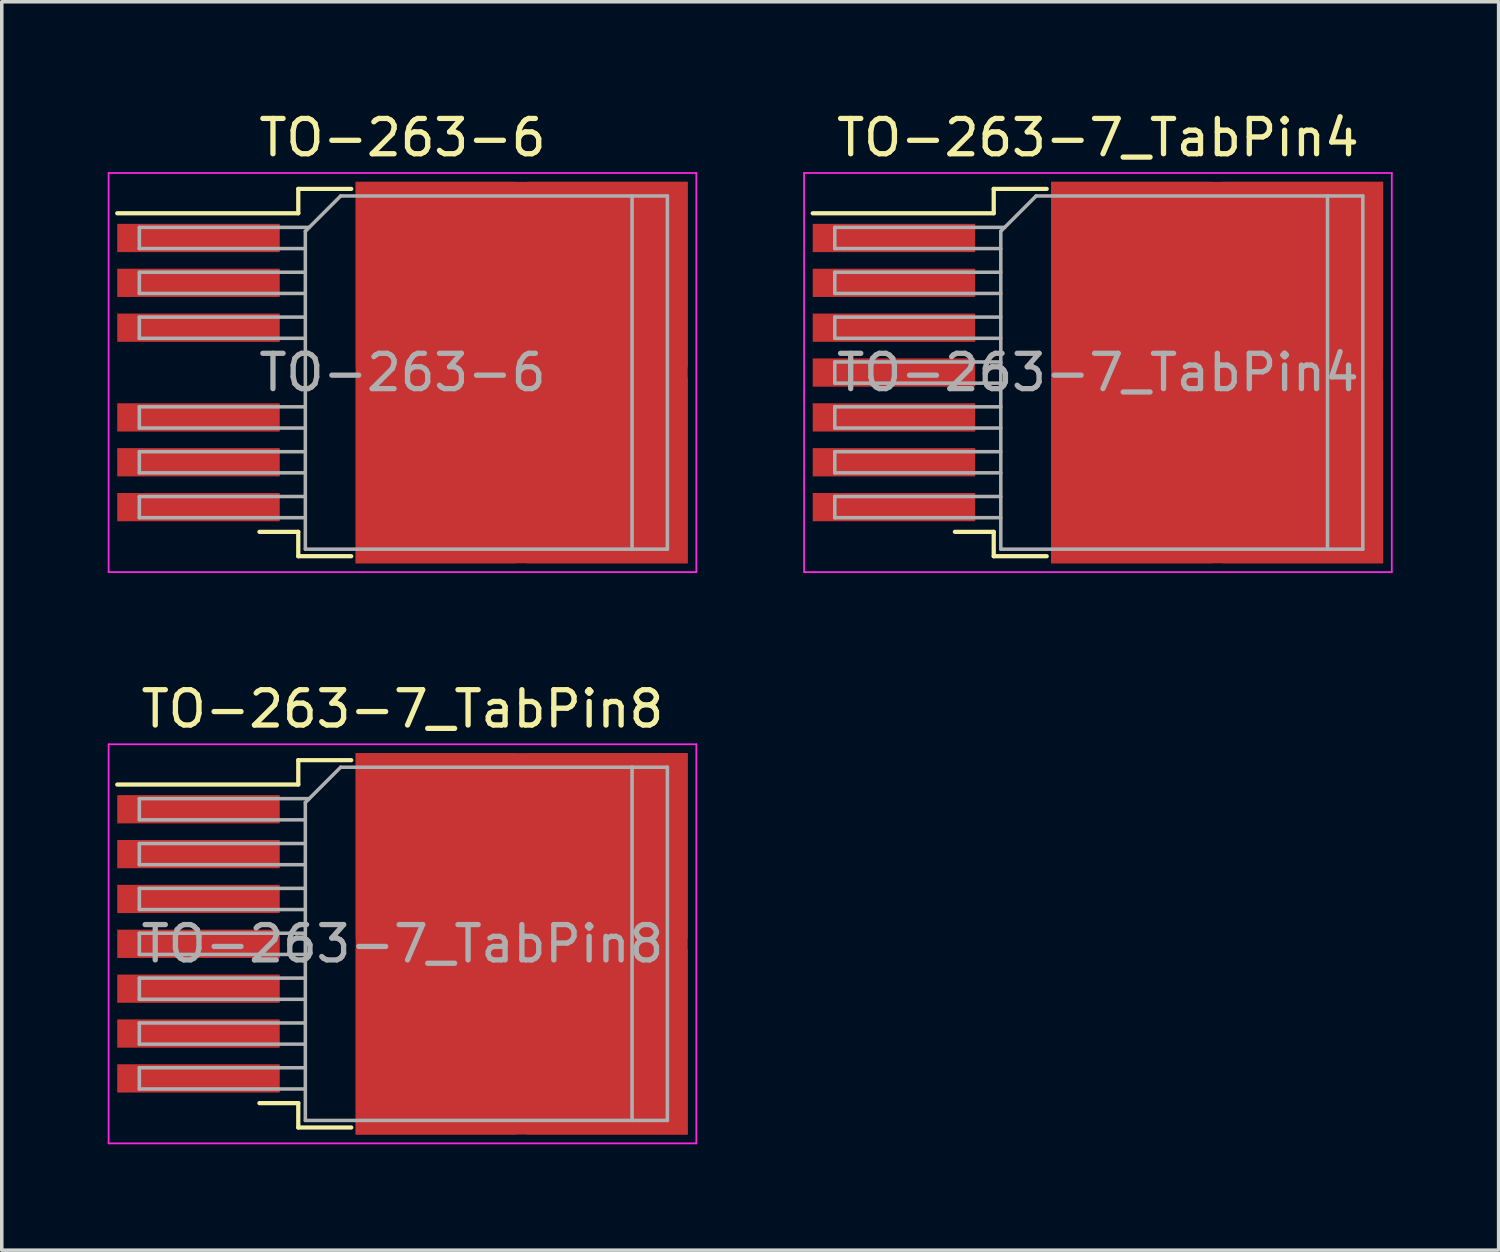
<source format=kicad_pcb>
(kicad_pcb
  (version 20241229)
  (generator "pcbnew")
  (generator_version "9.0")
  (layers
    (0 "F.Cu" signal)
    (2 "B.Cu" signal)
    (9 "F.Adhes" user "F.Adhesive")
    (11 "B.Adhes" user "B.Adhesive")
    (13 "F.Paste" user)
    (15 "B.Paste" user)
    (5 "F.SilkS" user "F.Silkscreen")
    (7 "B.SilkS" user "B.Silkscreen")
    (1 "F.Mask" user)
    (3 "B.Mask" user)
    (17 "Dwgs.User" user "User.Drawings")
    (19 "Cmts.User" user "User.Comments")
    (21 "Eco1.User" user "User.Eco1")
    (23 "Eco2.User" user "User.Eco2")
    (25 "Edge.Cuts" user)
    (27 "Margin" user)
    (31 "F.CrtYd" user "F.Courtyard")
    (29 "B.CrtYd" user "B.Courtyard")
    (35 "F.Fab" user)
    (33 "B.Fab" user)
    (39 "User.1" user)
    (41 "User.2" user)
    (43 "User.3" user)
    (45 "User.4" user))
  (footprint "TO-263-7_TabPin8"
    (layer "F.Cu")
    (at 8.345 23.672)
    (property "Reference" "TO-263-7_TabPin8" (at 0 -6.65 0) (layer "F.SilkS") (effects (font (size 1 1) (thickness 0.15))))
    (attr smd)
    (fp_line (start -2.95 -5.2) (end -2.95 -4.51) (stroke (width 0.12) (type solid)) (layer "F.SilkS"))
    (fp_line (start -2.95 -4.51) (end -8.075 -4.51) (stroke (width 0.12) (type solid)) (layer "F.SilkS"))
    (fp_line (start -2.95 4.51) (end -4.05 4.51) (stroke (width 0.12) (type solid)) (layer "F.SilkS"))
    (fp_line (start -2.95 5.2) (end -2.95 4.51) (stroke (width 0.12) (type solid)) (layer "F.SilkS"))
    (fp_line (start -1.45 -5.2) (end -2.95 -5.2) (stroke (width 0.12) (type solid)) (layer "F.SilkS"))
    (fp_line (start -1.45 5.2) (end -2.95 5.2) (stroke (width 0.12) (type solid)) (layer "F.SilkS"))
    (fp_line (start -8.32 -5.65) (end -8.32 5.65) (stroke (width 0.05) (type solid)) (layer "F.CrtYd"))
    (fp_line (start -8.32 5.65) (end 8.32 5.65) (stroke (width 0.05) (type solid)) (layer "F.CrtYd"))
    (fp_line (start 8.32 -5.65) (end -8.32 -5.65) (stroke (width 0.05) (type solid)) (layer "F.CrtYd"))
    (fp_line (start 8.32 5.65) (end 8.32 -5.65) (stroke (width 0.05) (type solid)) (layer "F.CrtYd"))
    (fp_line (start -7.45 -4.11) (end -7.45 -3.51) (stroke (width 0.1) (type solid)) (layer "F.Fab"))
    (fp_line (start -7.45 -3.51) (end -2.75 -3.51) (stroke (width 0.1) (type solid)) (layer "F.Fab"))
    (fp_line (start -7.45 -2.84) (end -7.45 -2.24) (stroke (width 0.1) (type solid)) (layer "F.Fab"))
    (fp_line (start -7.45 -2.24) (end -2.75 -2.24) (stroke (width 0.1) (type solid)) (layer "F.Fab"))
    (fp_line (start -7.45 -1.57) (end -7.45 -0.97) (stroke (width 0.1) (type solid)) (layer "F.Fab"))
    (fp_line (start -7.45 -0.97) (end -2.75 -0.97) (stroke (width 0.1) (type solid)) (layer "F.Fab"))
    (fp_line (start -7.45 -0.3) (end -7.45 0.3) (stroke (width 0.1) (type solid)) (layer "F.Fab"))
    (fp_line (start -7.45 0.3) (end -2.75 0.3) (stroke (width 0.1) (type solid)) (layer "F.Fab"))
    (fp_line (start -7.45 0.97) (end -7.45 1.57) (stroke (width 0.1) (type solid)) (layer "F.Fab"))
    (fp_line (start -7.45 1.57) (end -2.75 1.57) (stroke (width 0.1) (type solid)) (layer "F.Fab"))
    (fp_line (start -7.45 2.24) (end -7.45 2.84) (stroke (width 0.1) (type solid)) (layer "F.Fab"))
    (fp_line (start -7.45 2.84) (end -2.75 2.84) (stroke (width 0.1) (type solid)) (layer "F.Fab"))
    (fp_line (start -7.45 3.51) (end -7.45 4.11) (stroke (width 0.1) (type solid)) (layer "F.Fab"))
    (fp_line (start -7.45 4.11) (end -2.75 4.11) (stroke (width 0.1) (type solid)) (layer "F.Fab"))
    (fp_line (start -2.75 -4) (end -1.75 -5) (stroke (width 0.1) (type solid)) (layer "F.Fab"))
    (fp_line (start -2.75 -2.84) (end -7.45 -2.84) (stroke (width 0.1) (type solid)) (layer "F.Fab"))
    (fp_line (start -2.75 -1.57) (end -7.45 -1.57) (stroke (width 0.1) (type solid)) (layer "F.Fab"))
    (fp_line (start -2.75 -0.3) (end -7.45 -0.3) (stroke (width 0.1) (type solid)) (layer "F.Fab"))
    (fp_line (start -2.75 0.97) (end -7.45 0.97) (stroke (width 0.1) (type solid)) (layer "F.Fab"))
    (fp_line (start -2.75 2.24) (end -7.45 2.24) (stroke (width 0.1) (type solid)) (layer "F.Fab"))
    (fp_line (start -2.75 3.51) (end -7.45 3.51) (stroke (width 0.1) (type solid)) (layer "F.Fab"))
    (fp_line (start -2.75 5) (end -2.75 -4) (stroke (width 0.1) (type solid)) (layer "F.Fab"))
    (fp_line (start -2.64 -4.11) (end -7.45 -4.11) (stroke (width 0.1) (type solid)) (layer "F.Fab"))
    (fp_line (start -1.75 -5) (end 6.5 -5) (stroke (width 0.1) (type solid)) (layer "F.Fab"))
    (fp_line (start 6.5 -5) (end 6.5 5) (stroke (width 0.1) (type solid)) (layer "F.Fab"))
    (fp_line (start 6.5 -5) (end 7.5 -5) (stroke (width 0.1) (type solid)) (layer "F.Fab"))
    (fp_line (start 6.5 5) (end -2.75 5) (stroke (width 0.1) (type solid)) (layer "F.Fab"))
    (fp_line (start 7.5 -5) (end 7.5 5) (stroke (width 0.1) (type solid)) (layer "F.Fab"))
    (fp_line (start 7.5 5) (end 6.5 5) (stroke (width 0.1) (type solid)) (layer "F.Fab"))
    (fp_text user "${REFERENCE}" (at 0 0 0) (layer "F.Fab") (effects (font (size 1 1) (thickness 0.15))))
    (pad "1" smd rect (at -5.775 -3.81) (size 4.6 0.8) (layers "F.Cu" "F.Mask" "F.Paste"))
    (pad "2" smd rect (at -5.775 -2.54) (size 4.6 0.8) (layers "F.Cu" "F.Mask" "F.Paste"))
    (pad "3" smd rect (at -5.775 -1.27) (size 4.6 0.8) (layers "F.Cu" "F.Mask" "F.Paste"))
    (pad "4" smd rect (at -5.775 0) (size 4.6 0.8) (layers "F.Cu" "F.Mask" "F.Paste"))
    (pad "5" smd rect (at -5.775 1.27) (size 4.6 0.8) (layers "F.Cu" "F.Mask" "F.Paste"))
    (pad "6" smd rect (at -5.775 2.54) (size 4.6 0.8) (layers "F.Cu" "F.Mask" "F.Paste"))
    (pad "7" smd rect (at -5.775 3.81) (size 4.6 0.8) (layers "F.Cu" "F.Mask" "F.Paste"))
    (pad "8" smd rect (at 0.95 -2.775) (size 4.55 5.25) (layers "F.Cu" "F.Paste"))
    (pad "8" smd rect (at 0.95 2.775) (size 4.55 5.25) (layers "F.Cu" "F.Paste"))
    (pad "8" smd rect (at 3.375 0) (size 9.4 10.8) (layers "F.Cu" "F.Mask"))
    (pad "8" smd rect (at 5.8 -2.775) (size 4.55 5.25) (layers "F.Cu" "F.Paste"))
    (pad "8" smd rect (at 5.8 2.775) (size 4.55 5.25) (layers "F.Cu" "F.Paste")))
  (footprint "TO-263-6"
    (layer "F.Cu")
    (at 8.345 7.498)
    (property "Reference" "TO-263-6" (at 0 -6.65 0) (layer "F.SilkS") (effects (font (size 1 1) (thickness 0.15))))
    (attr smd)
    (fp_line (start -2.95 -5.2) (end -2.95 -4.51) (stroke (width 0.12) (type solid)) (layer "F.SilkS"))
    (fp_line (start -2.95 -4.51) (end -8.075 -4.51) (stroke (width 0.12) (type solid)) (layer "F.SilkS"))
    (fp_line (start -2.95 4.51) (end -4.05 4.51) (stroke (width 0.12) (type solid)) (layer "F.SilkS"))
    (fp_line (start -2.95 5.2) (end -2.95 4.51) (stroke (width 0.12) (type solid)) (layer "F.SilkS"))
    (fp_line (start -1.45 -5.2) (end -2.95 -5.2) (stroke (width 0.12) (type solid)) (layer "F.SilkS"))
    (fp_line (start -1.45 5.2) (end -2.95 5.2) (stroke (width 0.12) (type solid)) (layer "F.SilkS"))
    (fp_line (start -8.32 -5.65) (end -8.32 5.65) (stroke (width 0.05) (type solid)) (layer "F.CrtYd"))
    (fp_line (start -8.32 5.65) (end 8.32 5.65) (stroke (width 0.05) (type solid)) (layer "F.CrtYd"))
    (fp_line (start 8.32 -5.65) (end -8.32 -5.65) (stroke (width 0.05) (type solid)) (layer "F.CrtYd"))
    (fp_line (start 8.32 5.65) (end 8.32 -5.65) (stroke (width 0.05) (type solid)) (layer "F.CrtYd"))
    (fp_line (start -7.45 -4.11) (end -7.45 -3.51) (stroke (width 0.1) (type solid)) (layer "F.Fab"))
    (fp_line (start -7.45 -3.51) (end -2.75 -3.51) (stroke (width 0.1) (type solid)) (layer "F.Fab"))
    (fp_line (start -7.45 -2.84) (end -7.45 -2.24) (stroke (width 0.1) (type solid)) (layer "F.Fab"))
    (fp_line (start -7.45 -2.24) (end -2.75 -2.24) (stroke (width 0.1) (type solid)) (layer "F.Fab"))
    (fp_line (start -7.45 -1.57) (end -7.45 -0.97) (stroke (width 0.1) (type solid)) (layer "F.Fab"))
    (fp_line (start -7.45 -0.97) (end -2.75 -0.97) (stroke (width 0.1) (type solid)) (layer "F.Fab"))
    (fp_line (start -7.45 0.97) (end -7.45 1.57) (stroke (width 0.1) (type solid)) (layer "F.Fab"))
    (fp_line (start -7.45 1.57) (end -2.75 1.57) (stroke (width 0.1) (type solid)) (layer "F.Fab"))
    (fp_line (start -7.45 2.24) (end -7.45 2.84) (stroke (width 0.1) (type solid)) (layer "F.Fab"))
    (fp_line (start -7.45 2.84) (end -2.75 2.84) (stroke (width 0.1) (type solid)) (layer "F.Fab"))
    (fp_line (start -7.45 3.51) (end -7.45 4.11) (stroke (width 0.1) (type solid)) (layer "F.Fab"))
    (fp_line (start -7.45 4.11) (end -2.75 4.11) (stroke (width 0.1) (type solid)) (layer "F.Fab"))
    (fp_line (start -2.75 -4) (end -1.75 -5) (stroke (width 0.1) (type solid)) (layer "F.Fab"))
    (fp_line (start -2.75 -2.84) (end -7.45 -2.84) (stroke (width 0.1) (type solid)) (layer "F.Fab"))
    (fp_line (start -2.75 -1.57) (end -7.45 -1.57) (stroke (width 0.1) (type solid)) (layer "F.Fab"))
    (fp_line (start -2.75 0.97) (end -7.45 0.97) (stroke (width 0.1) (type solid)) (layer "F.Fab"))
    (fp_line (start -2.75 2.24) (end -7.45 2.24) (stroke (width 0.1) (type solid)) (layer "F.Fab"))
    (fp_line (start -2.75 3.51) (end -7.45 3.51) (stroke (width 0.1) (type solid)) (layer "F.Fab"))
    (fp_line (start -2.75 5) (end -2.75 -4) (stroke (width 0.1) (type solid)) (layer "F.Fab"))
    (fp_line (start -2.64 -4.11) (end -7.45 -4.11) (stroke (width 0.1) (type solid)) (layer "F.Fab"))
    (fp_line (start -1.75 -5) (end 6.5 -5) (stroke (width 0.1) (type solid)) (layer "F.Fab"))
    (fp_line (start 6.5 -5) (end 6.5 5) (stroke (width 0.1) (type solid)) (layer "F.Fab"))
    (fp_line (start 6.5 -5) (end 7.5 -5) (stroke (width 0.1) (type solid)) (layer "F.Fab"))
    (fp_line (start 6.5 5) (end -2.75 5) (stroke (width 0.1) (type solid)) (layer "F.Fab"))
    (fp_line (start 7.5 -5) (end 7.5 5) (stroke (width 0.1) (type solid)) (layer "F.Fab"))
    (fp_line (start 7.5 5) (end 6.5 5) (stroke (width 0.1) (type solid)) (layer "F.Fab"))
    (fp_text user "${REFERENCE}" (at 0 0 0) (layer "F.Fab") (effects (font (size 1 1) (thickness 0.15))))
    (pad "1" smd rect (at -5.775 -3.81) (size 4.6 0.8) (layers "F.Cu" "F.Mask" "F.Paste"))
    (pad "2" smd rect (at -5.775 -2.54) (size 4.6 0.8) (layers "F.Cu" "F.Mask" "F.Paste"))
    (pad "3" smd rect (at -5.775 -1.27) (size 4.6 0.8) (layers "F.Cu" "F.Mask" "F.Paste"))
    (pad "4" smd rect (at 0.95 -2.775) (size 4.55 5.25) (layers "F.Cu" "F.Paste"))
    (pad "4" smd rect (at 0.95 2.775) (size 4.55 5.25) (layers "F.Cu" "F.Paste"))
    (pad "4" smd rect (at 3.375 0) (size 9.4 10.8) (layers "F.Cu" "F.Mask"))
    (pad "4" smd rect (at 5.8 -2.775) (size 4.55 5.25) (layers "F.Cu" "F.Paste"))
    (pad "4" smd rect (at 5.8 2.775) (size 4.55 5.25) (layers "F.Cu" "F.Paste"))
    (pad "5" smd rect (at -5.775 1.27) (size 4.6 0.8) (layers "F.Cu" "F.Mask" "F.Paste"))
    (pad "6" smd rect (at -5.775 2.54) (size 4.6 0.8) (layers "F.Cu" "F.Mask" "F.Paste"))
    (pad "7" smd rect (at -5.775 3.81) (size 4.6 0.8) (layers "F.Cu" "F.Mask" "F.Paste")))
  (footprint "TO-263-7_TabPin4"
    (layer "F.Cu")
    (at 28.035 7.498)
    (property "Reference" "TO-263-7_TabPin4" (at 0 -6.65 0) (layer "F.SilkS") (effects (font (size 1 1) (thickness 0.15))))
    (attr smd)
    (fp_line (start -2.95 -5.2) (end -2.95 -4.51) (stroke (width 0.12) (type solid)) (layer "F.SilkS"))
    (fp_line (start -2.95 -4.51) (end -8.075 -4.51) (stroke (width 0.12) (type solid)) (layer "F.SilkS"))
    (fp_line (start -2.95 4.51) (end -4.05 4.51) (stroke (width 0.12) (type solid)) (layer "F.SilkS"))
    (fp_line (start -2.95 5.2) (end -2.95 4.51) (stroke (width 0.12) (type solid)) (layer "F.SilkS"))
    (fp_line (start -1.45 -5.2) (end -2.95 -5.2) (stroke (width 0.12) (type solid)) (layer "F.SilkS"))
    (fp_line (start -1.45 5.2) (end -2.95 5.2) (stroke (width 0.12) (type solid)) (layer "F.SilkS"))
    (fp_line (start -8.32 -5.65) (end -8.32 5.65) (stroke (width 0.05) (type solid)) (layer "F.CrtYd"))
    (fp_line (start -8.32 5.65) (end 8.32 5.65) (stroke (width 0.05) (type solid)) (layer "F.CrtYd"))
    (fp_line (start 8.32 -5.65) (end -8.32 -5.65) (stroke (width 0.05) (type solid)) (layer "F.CrtYd"))
    (fp_line (start 8.32 5.65) (end 8.32 -5.65) (stroke (width 0.05) (type solid)) (layer "F.CrtYd"))
    (fp_line (start -7.45 -4.11) (end -7.45 -3.51) (stroke (width 0.1) (type solid)) (layer "F.Fab"))
    (fp_line (start -7.45 -3.51) (end -2.75 -3.51) (stroke (width 0.1) (type solid)) (layer "F.Fab"))
    (fp_line (start -7.45 -2.84) (end -7.45 -2.24) (stroke (width 0.1) (type solid)) (layer "F.Fab"))
    (fp_line (start -7.45 -2.24) (end -2.75 -2.24) (stroke (width 0.1) (type solid)) (layer "F.Fab"))
    (fp_line (start -7.45 -1.57) (end -7.45 -0.97) (stroke (width 0.1) (type solid)) (layer "F.Fab"))
    (fp_line (start -7.45 -0.97) (end -2.75 -0.97) (stroke (width 0.1) (type solid)) (layer "F.Fab"))
    (fp_line (start -7.45 -0.3) (end -7.45 0.3) (stroke (width 0.1) (type solid)) (layer "F.Fab"))
    (fp_line (start -7.45 0.3) (end -2.75 0.3) (stroke (width 0.1) (type solid)) (layer "F.Fab"))
    (fp_line (start -7.45 0.97) (end -7.45 1.57) (stroke (width 0.1) (type solid)) (layer "F.Fab"))
    (fp_line (start -7.45 1.57) (end -2.75 1.57) (stroke (width 0.1) (type solid)) (layer "F.Fab"))
    (fp_line (start -7.45 2.24) (end -7.45 2.84) (stroke (width 0.1) (type solid)) (layer "F.Fab"))
    (fp_line (start -7.45 2.84) (end -2.75 2.84) (stroke (width 0.1) (type solid)) (layer "F.Fab"))
    (fp_line (start -7.45 3.51) (end -7.45 4.11) (stroke (width 0.1) (type solid)) (layer "F.Fab"))
    (fp_line (start -7.45 4.11) (end -2.75 4.11) (stroke (width 0.1) (type solid)) (layer "F.Fab"))
    (fp_line (start -2.75 -4) (end -1.75 -5) (stroke (width 0.1) (type solid)) (layer "F.Fab"))
    (fp_line (start -2.75 -2.84) (end -7.45 -2.84) (stroke (width 0.1) (type solid)) (layer "F.Fab"))
    (fp_line (start -2.75 -1.57) (end -7.45 -1.57) (stroke (width 0.1) (type solid)) (layer "F.Fab"))
    (fp_line (start -2.75 -0.3) (end -7.45 -0.3) (stroke (width 0.1) (type solid)) (layer "F.Fab"))
    (fp_line (start -2.75 0.97) (end -7.45 0.97) (stroke (width 0.1) (type solid)) (layer "F.Fab"))
    (fp_line (start -2.75 2.24) (end -7.45 2.24) (stroke (width 0.1) (type solid)) (layer "F.Fab"))
    (fp_line (start -2.75 3.51) (end -7.45 3.51) (stroke (width 0.1) (type solid)) (layer "F.Fab"))
    (fp_line (start -2.75 5) (end -2.75 -4) (stroke (width 0.1) (type solid)) (layer "F.Fab"))
    (fp_line (start -2.64 -4.11) (end -7.45 -4.11) (stroke (width 0.1) (type solid)) (layer "F.Fab"))
    (fp_line (start -1.75 -5) (end 6.5 -5) (stroke (width 0.1) (type solid)) (layer "F.Fab"))
    (fp_line (start 6.5 -5) (end 6.5 5) (stroke (width 0.1) (type solid)) (layer "F.Fab"))
    (fp_line (start 6.5 -5) (end 7.5 -5) (stroke (width 0.1) (type solid)) (layer "F.Fab"))
    (fp_line (start 6.5 5) (end -2.75 5) (stroke (width 0.1) (type solid)) (layer "F.Fab"))
    (fp_line (start 7.5 -5) (end 7.5 5) (stroke (width 0.1) (type solid)) (layer "F.Fab"))
    (fp_line (start 7.5 5) (end 6.5 5) (stroke (width 0.1) (type solid)) (layer "F.Fab"))
    (fp_text user "${REFERENCE}" (at 0 0 0) (layer "F.Fab") (effects (font (size 1 1) (thickness 0.15))))
    (pad "1" smd rect (at -5.775 -3.81) (size 4.6 0.8) (layers "F.Cu" "F.Mask" "F.Paste"))
    (pad "2" smd rect (at -5.775 -2.54) (size 4.6 0.8) (layers "F.Cu" "F.Mask" "F.Paste"))
    (pad "3" smd rect (at -5.775 -1.27) (size 4.6 0.8) (layers "F.Cu" "F.Mask" "F.Paste"))
    (pad "4" smd rect (at -5.775 0) (size 4.6 0.8) (layers "F.Cu" "F.Mask" "F.Paste"))
    (pad "4" smd rect (at 0.95 -2.775) (size 4.55 5.25) (layers "F.Cu" "F.Paste"))
    (pad "4" smd rect (at 0.95 2.775) (size 4.55 5.25) (layers "F.Cu" "F.Paste"))
    (pad "4" smd rect (at 3.375 0) (size 9.4 10.8) (layers "F.Cu" "F.Mask"))
    (pad "4" smd rect (at 5.8 -2.775) (size 4.55 5.25) (layers "F.Cu" "F.Paste"))
    (pad "4" smd rect (at 5.8 2.775) (size 4.55 5.25) (layers "F.Cu" "F.Paste"))
    (pad "5" smd rect (at -5.775 1.27) (size 4.6 0.8) (layers "F.Cu" "F.Mask" "F.Paste"))
    (pad "6" smd rect (at -5.775 2.54) (size 4.6 0.8) (layers "F.Cu" "F.Mask" "F.Paste"))
    (pad "7" smd rect (at -5.775 3.81) (size 4.6 0.8) (layers "F.Cu" "F.Mask" "F.Paste")))
  (gr_rect
    (start -3 -3)
    (end 39.38 32.346)
    (stroke (width 0.1) (type default))
    (fill no)
    (layer "Edge.Cuts")))
</source>
